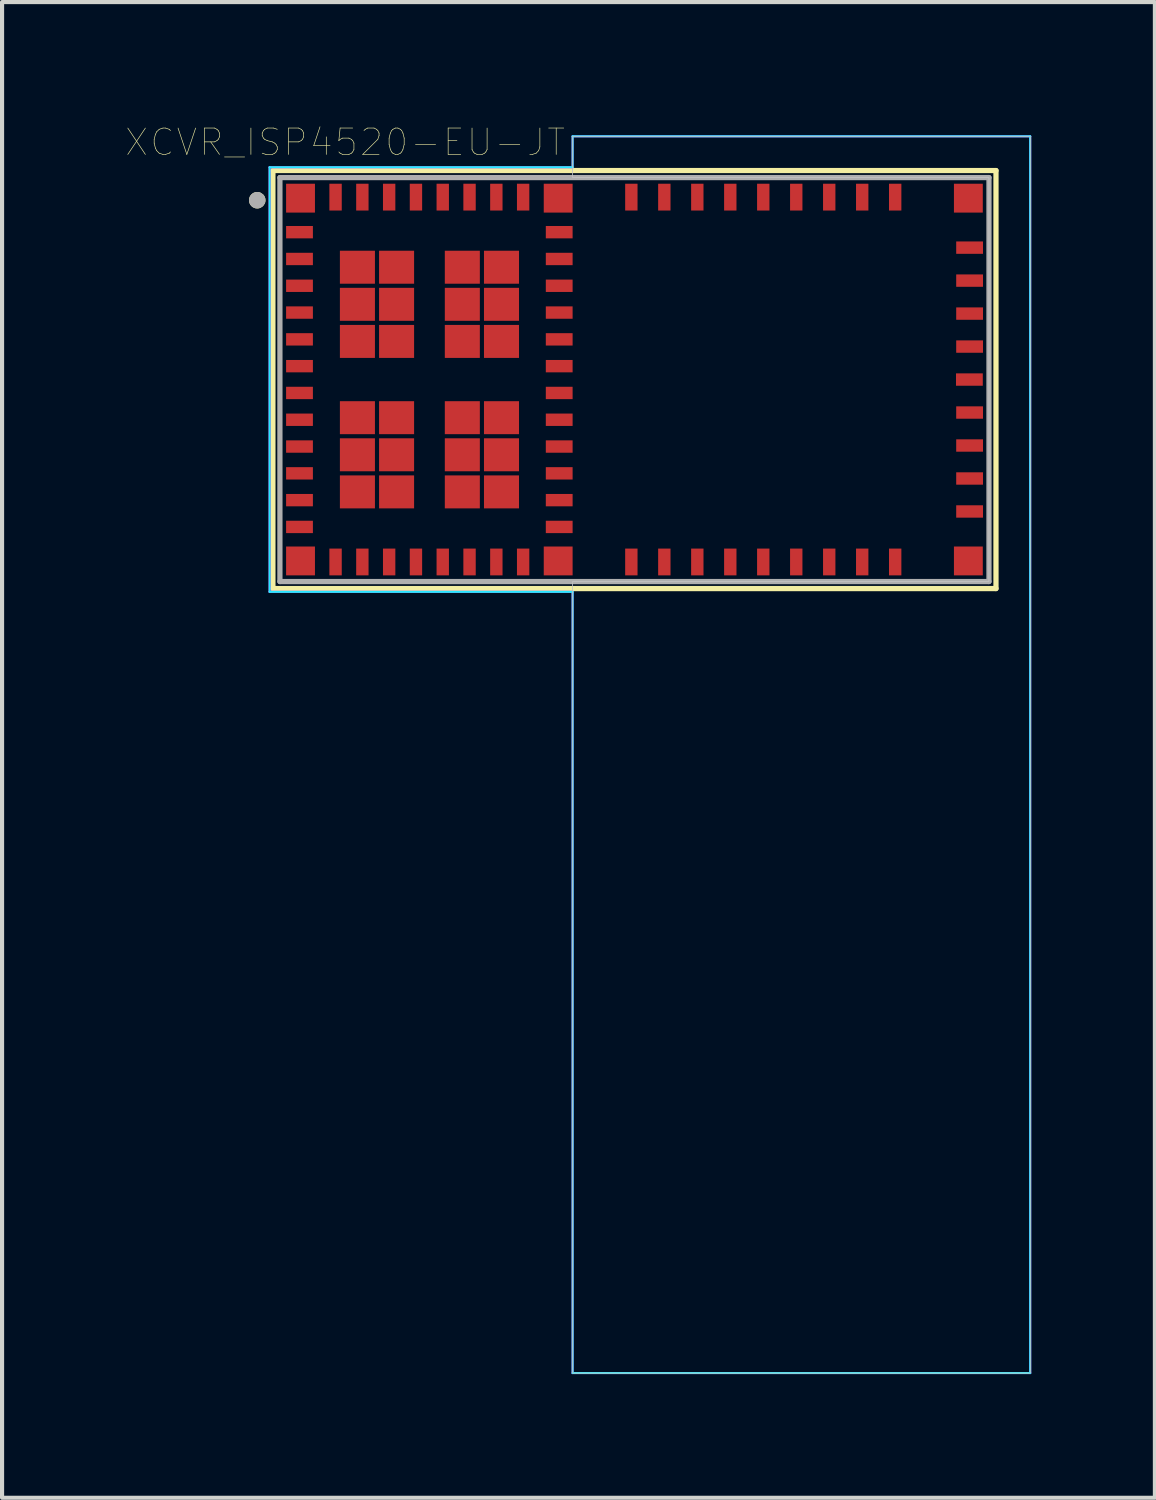
<source format=kicad_pcb>
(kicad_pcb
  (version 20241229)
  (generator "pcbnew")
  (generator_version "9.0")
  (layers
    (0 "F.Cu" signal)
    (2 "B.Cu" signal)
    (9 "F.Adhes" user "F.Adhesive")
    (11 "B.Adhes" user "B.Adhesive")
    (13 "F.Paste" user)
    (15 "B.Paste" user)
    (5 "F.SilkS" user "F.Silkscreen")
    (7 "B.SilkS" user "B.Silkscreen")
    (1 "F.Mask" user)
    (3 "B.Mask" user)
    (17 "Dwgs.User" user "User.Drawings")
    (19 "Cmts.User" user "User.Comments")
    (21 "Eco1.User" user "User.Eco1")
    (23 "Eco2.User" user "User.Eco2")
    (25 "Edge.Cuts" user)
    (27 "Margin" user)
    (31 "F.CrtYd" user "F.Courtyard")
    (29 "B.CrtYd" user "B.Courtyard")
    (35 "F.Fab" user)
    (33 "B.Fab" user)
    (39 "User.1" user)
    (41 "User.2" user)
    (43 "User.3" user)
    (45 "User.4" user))
  (footprint "XCVR_ISP4520-EU-JT"
    (layer "F.Cu")
    (at 12.34 6.157)
    (property "Reference" "XCVR_ISP4520-EU-JT" (at -7.018 -5.756 0) (layer "F.SilkS") (effects (font (size 0.64 0.64) (thickness 0.015))))
    (attr through_hole)
    (fp_line (start -8.77 -5.07) (end 8.77 -5.07) (stroke (width 0.127) (type solid)) (layer "F.SilkS"))
    (fp_line (start -8.77 5.07) (end -8.77 -5.07) (stroke (width 0.127) (type solid)) (layer "F.SilkS"))
    (fp_line (start 8.77 -5.07) (end 8.77 5.07) (stroke (width 0.127) (type solid)) (layer "F.SilkS"))
    (fp_line (start 8.77 5.07) (end -8.77 5.07) (stroke (width 0.127) (type solid)) (layer "F.SilkS"))
    (fp_circle (center -9.15 -4.35) (end -9.05 -4.35) (stroke (width 0.2) (type solid)) (fill no) (layer "F.SilkS"))
    (fp_poly (pts (xy -1.5 -4.9) (xy -1.5 -5.9) (xy 9.6 -5.9) (xy 9.6 24.1) (xy -1.5 24.1) (xy -1.5 4.9) (xy 8.6 4.9) (xy 8.6 -4.9)) (stroke (width 0.01) (type solid)) (fill no) (layer "Dwgs.User"))
    (fp_poly (pts (xy -1.5 -4.9) (xy -1.5 -5.9) (xy 9.6 -5.9) (xy 9.6 24.1) (xy -1.5 24.1) (xy -1.5 4.9) (xy 8.6 4.9) (xy 8.6 -4.9)) (stroke (width 0.01) (type solid)) (fill no) (layer "Dwgs.User"))
    (fp_poly (pts (xy -1.5 -4.9) (xy -1.5 -5.9) (xy 9.6 -5.9) (xy 9.6 24.1) (xy -1.5 24.1) (xy -1.5 4.9) (xy 8.6 4.9) (xy 8.6 -4.9)) (stroke (width 0.01) (type solid)) (fill no) (layer "Dwgs.User"))
    (fp_line (start -8.85 -5.15) (end -1.5 -5.15) (stroke (width 0.05) (type solid)) (layer "B.CrtYd"))
    (fp_line (start -8.85 5.15) (end -8.85 -5.15) (stroke (width 0.05) (type solid)) (layer "B.CrtYd"))
    (fp_line (start -1.5 -5.9) (end 9.6 -5.9) (stroke (width 0.05) (type solid)) (layer "B.CrtYd"))
    (fp_line (start -1.5 -5.15) (end -1.5 -5.9) (stroke (width 0.05) (type solid)) (layer "B.CrtYd"))
    (fp_line (start -1.5 5.15) (end -8.85 5.15) (stroke (width 0.05) (type solid)) (layer "B.CrtYd"))
    (fp_line (start -1.5 24.1) (end -1.5 5.15) (stroke (width 0.05) (type solid)) (layer "B.CrtYd"))
    (fp_line (start 9.6 -5.9) (end 9.6 24.1) (stroke (width 0.05) (type solid)) (layer "B.CrtYd"))
    (fp_line (start 9.6 24.1) (end -1.5 24.1) (stroke (width 0.05) (type solid)) (layer "B.CrtYd"))
    (fp_line (start -8.85 -5.15) (end -1.5 -5.15) (stroke (width 0.05) (type solid)) (layer "F.CrtYd"))
    (fp_line (start -8.85 5.15) (end -8.85 -5.15) (stroke (width 0.05) (type solid)) (layer "F.CrtYd"))
    (fp_line (start -1.5 -5.9) (end 9.6 -5.9) (stroke (width 0.05) (type solid)) (layer "F.CrtYd"))
    (fp_line (start -1.5 -5.15) (end -1.5 -5.9) (stroke (width 0.05) (type solid)) (layer "F.CrtYd"))
    (fp_line (start -1.5 5.15) (end -8.85 5.15) (stroke (width 0.05) (type solid)) (layer "F.CrtYd"))
    (fp_line (start -1.5 24.1) (end -1.5 5.15) (stroke (width 0.05) (type solid)) (layer "F.CrtYd"))
    (fp_line (start 9.6 -5.9) (end 9.6 24.1) (stroke (width 0.05) (type solid)) (layer "F.CrtYd"))
    (fp_line (start 9.6 24.1) (end -1.5 24.1) (stroke (width 0.05) (type solid)) (layer "F.CrtYd"))
    (fp_line (start -8.6 -4.9) (end 8.6 -4.9) (stroke (width 0.127) (type solid)) (layer "F.Fab"))
    (fp_line (start -8.6 4.9) (end -8.6 -4.9) (stroke (width 0.127) (type solid)) (layer "F.Fab"))
    (fp_line (start 8.6 -4.9) (end 8.6 4.9) (stroke (width 0.127) (type solid)) (layer "F.Fab"))
    (fp_line (start 8.6 4.9) (end -8.6 4.9) (stroke (width 0.127) (type solid)) (layer "F.Fab"))
    (fp_circle (center -9.15 -4.35) (end -9.05 -4.35) (stroke (width 0.2) (type solid)) (fill no) (layer "F.Fab"))
    (pad "1" smd rect (at -8.1 -4.4) (size 0.7 0.7) (layers "F.Cu" "F.Mask" "F.Paste"))
    (pad "2" smd rect (at -8.125 -3.575) (size 0.65 0.3) (layers "F.Cu" "F.Mask" "F.Paste"))
    (pad "3" smd rect (at -8.125 -2.925) (size 0.65 0.3) (layers "F.Cu" "F.Mask" "F.Paste"))
    (pad "4" smd rect (at -8.125 -2.275) (size 0.65 0.3) (layers "F.Cu" "F.Mask" "F.Paste"))
    (pad "5" smd rect (at -8.125 -1.625) (size 0.65 0.3) (layers "F.Cu" "F.Mask" "F.Paste"))
    (pad "6" smd rect (at -8.125 -0.975) (size 0.65 0.3) (layers "F.Cu" "F.Mask" "F.Paste"))
    (pad "7" smd rect (at -8.125 -0.325) (size 0.65 0.3) (layers "F.Cu" "F.Mask" "F.Paste"))
    (pad "8" smd rect (at -8.125 0.325) (size 0.65 0.3) (layers "F.Cu" "F.Mask" "F.Paste"))
    (pad "9" smd rect (at -8.125 0.975) (size 0.65 0.3) (layers "F.Cu" "F.Mask" "F.Paste"))
    (pad "10" smd rect (at -8.125 1.625) (size 0.65 0.3) (layers "F.Cu" "F.Mask" "F.Paste"))
    (pad "11" smd rect (at -8.125 2.275) (size 0.65 0.3) (layers "F.Cu" "F.Mask" "F.Paste"))
    (pad "12" smd rect (at -8.125 2.925) (size 0.65 0.3) (layers "F.Cu" "F.Mask" "F.Paste"))
    (pad "13" smd rect (at -8.125 3.575) (size 0.65 0.3) (layers "F.Cu" "F.Mask" "F.Paste"))
    (pad "14" smd rect (at -8.1 4.4) (size 0.7 0.7) (layers "F.Cu" "F.Mask" "F.Paste"))
    (pad "15" smd rect (at -7.25 4.425) (size 0.3 0.65) (layers "F.Cu" "F.Mask" "F.Paste"))
    (pad "16" smd rect (at -6.6 4.425) (size 0.3 0.65) (layers "F.Cu" "F.Mask" "F.Paste"))
    (pad "17" smd rect (at -5.95 4.425) (size 0.3 0.65) (layers "F.Cu" "F.Mask" "F.Paste"))
    (pad "18" smd rect (at -5.3 4.425) (size 0.3 0.65) (layers "F.Cu" "F.Mask" "F.Paste"))
    (pad "19" smd rect (at -4.65 4.425) (size 0.3 0.65) (layers "F.Cu" "F.Mask" "F.Paste"))
    (pad "20" smd rect (at -4 4.425) (size 0.3 0.65) (layers "F.Cu" "F.Mask" "F.Paste"))
    (pad "21" smd rect (at -3.35 4.425) (size 0.3 0.65) (layers "F.Cu" "F.Mask" "F.Paste"))
    (pad "22" smd rect (at -2.7 4.425) (size 0.3 0.65) (layers "F.Cu" "F.Mask" "F.Paste"))
    (pad "23" smd rect (at -1.85 4.4) (size 0.7 0.7) (layers "F.Cu" "F.Mask" "F.Paste"))
    (pad "24" smd rect (at -1.825 3.575) (size 0.65 0.3) (layers "F.Cu" "F.Mask" "F.Paste"))
    (pad "25" smd rect (at -1.825 2.925) (size 0.65 0.3) (layers "F.Cu" "F.Mask" "F.Paste"))
    (pad "26" smd rect (at -1.825 2.275) (size 0.65 0.3) (layers "F.Cu" "F.Mask" "F.Paste"))
    (pad "27" smd rect (at -1.825 1.625) (size 0.65 0.3) (layers "F.Cu" "F.Mask" "F.Paste"))
    (pad "28" smd rect (at -1.825 0.975) (size 0.65 0.3) (layers "F.Cu" "F.Mask" "F.Paste"))
    (pad "29" smd rect (at -1.825 0.325) (size 0.65 0.3) (layers "F.Cu" "F.Mask" "F.Paste"))
    (pad "30" smd rect (at -1.825 -0.325) (size 0.65 0.3) (layers "F.Cu" "F.Mask" "F.Paste"))
    (pad "31" smd rect (at -1.825 -0.975) (size 0.65 0.3) (layers "F.Cu" "F.Mask" "F.Paste"))
    (pad "32" smd rect (at -1.825 -1.625) (size 0.65 0.3) (layers "F.Cu" "F.Mask" "F.Paste"))
    (pad "33" smd rect (at -1.825 -2.275) (size 0.65 0.3) (layers "F.Cu" "F.Mask" "F.Paste"))
    (pad "34" smd rect (at -1.825 -2.925) (size 0.65 0.3) (layers "F.Cu" "F.Mask" "F.Paste"))
    (pad "35" smd rect (at -1.825 -3.575) (size 0.65 0.3) (layers "F.Cu" "F.Mask" "F.Paste"))
    (pad "36" smd rect (at -1.85 -4.4) (size 0.7 0.7) (layers "F.Cu" "F.Mask" "F.Paste"))
    (pad "37" smd rect (at -2.7 -4.425) (size 0.3 0.65) (layers "F.Cu" "F.Mask" "F.Paste"))
    (pad "38" smd rect (at -3.35 -4.425) (size 0.3 0.65) (layers "F.Cu" "F.Mask" "F.Paste"))
    (pad "39" smd rect (at -4 -4.425) (size 0.3 0.65) (layers "F.Cu" "F.Mask" "F.Paste"))
    (pad "40" smd rect (at -4.65 -4.425) (size 0.3 0.65) (layers "F.Cu" "F.Mask" "F.Paste"))
    (pad "41" smd rect (at -5.3 -4.425) (size 0.3 0.65) (layers "F.Cu" "F.Mask" "F.Paste"))
    (pad "42" smd rect (at -5.95 -4.425) (size 0.3 0.65) (layers "F.Cu" "F.Mask" "F.Paste"))
    (pad "43" smd rect (at -6.6 -4.425) (size 0.3 0.65) (layers "F.Cu" "F.Mask" "F.Paste"))
    (pad "44" smd rect (at -7.25 -4.425) (size 0.3 0.65) (layers "F.Cu" "F.Mask" "F.Paste"))
    (pad "45" smd rect (at -0.075 4.425) (size 0.3 0.65) (layers "F.Cu" "F.Mask" "F.Paste"))
    (pad "46" smd rect (at 0.725 4.425) (size 0.3 0.65) (layers "F.Cu" "F.Mask" "F.Paste"))
    (pad "47" smd rect (at 1.525 4.425) (size 0.3 0.65) (layers "F.Cu" "F.Mask" "F.Paste"))
    (pad "48" smd rect (at 2.325 4.425) (size 0.3 0.65) (layers "F.Cu" "F.Mask" "F.Paste"))
    (pad "49" smd rect (at 3.125 4.425) (size 0.3 0.65) (layers "F.Cu" "F.Mask" "F.Paste"))
    (pad "50" smd rect (at 3.925 4.425) (size 0.3 0.65) (layers "F.Cu" "F.Mask" "F.Paste"))
    (pad "51" smd rect (at 4.725 4.425) (size 0.3 0.65) (layers "F.Cu" "F.Mask" "F.Paste"))
    (pad "52" smd rect (at 5.525 4.425) (size 0.3 0.65) (layers "F.Cu" "F.Mask" "F.Paste"))
    (pad "53" smd rect (at 6.325 4.425) (size 0.3 0.65) (layers "F.Cu" "F.Mask" "F.Paste"))
    (pad "54" smd rect (at 8.1 4.4) (size 0.7 0.7) (layers "F.Cu" "F.Mask" "F.Paste"))
    (pad "55" smd rect (at 8.13 3.2) (size 0.65 0.3) (layers "F.Cu" "F.Mask" "F.Paste"))
    (pad "56" smd rect (at 8.13 2.4) (size 0.65 0.3) (layers "F.Cu" "F.Mask" "F.Paste"))
    (pad "57" smd rect (at 8.13 1.6) (size 0.65 0.3) (layers "F.Cu" "F.Mask" "F.Paste"))
    (pad "58" smd rect (at 8.13 0.8) (size 0.65 0.3) (layers "F.Cu" "F.Mask" "F.Paste"))
    (pad "59" smd rect (at 8.125 0) (size 0.65 0.3) (layers "F.Cu" "F.Mask" "F.Paste"))
    (pad "60" smd rect (at 8.13 -0.8) (size 0.65 0.3) (layers "F.Cu" "F.Mask" "F.Paste"))
    (pad "61" smd rect (at 8.13 -1.6) (size 0.65 0.3) (layers "F.Cu" "F.Mask" "F.Paste"))
    (pad "62" smd rect (at 8.13 -2.4) (size 0.65 0.3) (layers "F.Cu" "F.Mask" "F.Paste"))
    (pad "63" smd rect (at 8.13 -3.2) (size 0.65 0.3) (layers "F.Cu" "F.Mask" "F.Paste"))
    (pad "64" smd rect (at 8.1 -4.4) (size 0.7 0.7) (layers "F.Cu" "F.Mask" "F.Paste"))
    (pad "65" smd rect (at 6.325 -4.425) (size 0.3 0.65) (layers "F.Cu" "F.Mask" "F.Paste"))
    (pad "66" smd rect (at 5.525 -4.425) (size 0.3 0.65) (layers "F.Cu" "F.Mask" "F.Paste"))
    (pad "67" smd rect (at 4.725 -4.425) (size 0.3 0.65) (layers "F.Cu" "F.Mask" "F.Paste"))
    (pad "68" smd rect (at 3.925 -4.425) (size 0.3 0.65) (layers "F.Cu" "F.Mask" "F.Paste"))
    (pad "69" smd rect (at 3.125 -4.425) (size 0.3 0.65) (layers "F.Cu" "F.Mask" "F.Paste"))
    (pad "70" smd rect (at 2.325 -4.425) (size 0.3 0.65) (layers "F.Cu" "F.Mask" "F.Paste"))
    (pad "71" smd rect (at 1.525 -4.425) (size 0.3 0.65) (layers "F.Cu" "F.Mask" "F.Paste"))
    (pad "72" smd rect (at 0.725 -4.425) (size 0.3 0.65) (layers "F.Cu" "F.Mask" "F.Paste"))
    (pad "73" smd rect (at -0.075 -4.425) (size 0.3 0.65) (layers "F.Cu" "F.Mask" "F.Paste"))
    (pad "74" smd rect (at -6.72 -2.725) (size 0.85 0.8) (layers "F.Cu" "F.Mask" "F.Paste"))
    (pad "75" smd rect (at -5.77 -2.725) (size 0.85 0.8) (layers "F.Cu" "F.Mask" "F.Paste"))
    (pad "76" smd rect (at -4.175 -2.725) (size 0.85 0.8) (layers "F.Cu" "F.Mask" "F.Paste"))
    (pad "77" smd rect (at -3.225 -2.725) (size 0.85 0.8) (layers "F.Cu" "F.Mask" "F.Paste"))
    (pad "78" smd rect (at -6.72 -1.825) (size 0.85 0.8) (layers "F.Cu" "F.Mask" "F.Paste"))
    (pad "79" smd rect (at -5.77 -1.825) (size 0.85 0.8) (layers "F.Cu" "F.Mask" "F.Paste"))
    (pad "80" smd rect (at -4.175 -1.825) (size 0.85 0.8) (layers "F.Cu" "F.Mask" "F.Paste"))
    (pad "81" smd rect (at -3.225 -1.825) (size 0.85 0.8) (layers "F.Cu" "F.Mask" "F.Paste"))
    (pad "82" smd rect (at -6.72 -0.925) (size 0.85 0.8) (layers "F.Cu" "F.Mask" "F.Paste"))
    (pad "83" smd rect (at -5.77 -0.925) (size 0.85 0.8) (layers "F.Cu" "F.Mask" "F.Paste"))
    (pad "84" smd rect (at -4.175 -0.925) (size 0.85 0.8) (layers "F.Cu" "F.Mask" "F.Paste"))
    (pad "85" smd rect (at -3.225 -0.925) (size 0.85 0.8) (layers "F.Cu" "F.Mask" "F.Paste"))
    (pad "86" smd rect (at -6.72 0.925) (size 0.85 0.8) (layers "F.Cu" "F.Mask" "F.Paste"))
    (pad "87" smd rect (at -5.77 0.925) (size 0.85 0.8) (layers "F.Cu" "F.Mask" "F.Paste"))
    (pad "88" smd rect (at -4.175 0.925) (size 0.85 0.8) (layers "F.Cu" "F.Mask" "F.Paste"))
    (pad "89" smd rect (at -3.225 0.925) (size 0.85 0.8) (layers "F.Cu" "F.Mask" "F.Paste"))
    (pad "90" smd rect (at -6.72 1.825) (size 0.85 0.8) (layers "F.Cu" "F.Mask" "F.Paste"))
    (pad "91" smd rect (at -5.77 1.825) (size 0.85 0.8) (layers "F.Cu" "F.Mask" "F.Paste"))
    (pad "92" smd rect (at -4.175 1.825) (size 0.85 0.8) (layers "F.Cu" "F.Mask" "F.Paste"))
    (pad "93" smd rect (at -3.225 1.825) (size 0.85 0.8) (layers "F.Cu" "F.Mask" "F.Paste"))
    (pad "94" smd rect (at -6.72 2.725) (size 0.85 0.8) (layers "F.Cu" "F.Mask" "F.Paste"))
    (pad "95" smd rect (at -5.77 2.725) (size 0.85 0.8) (layers "F.Cu" "F.Mask" "F.Paste"))
    (pad "96" smd rect (at -4.175 2.725) (size 0.85 0.8) (layers "F.Cu" "F.Mask" "F.Paste"))
    (pad "97" smd rect (at -3.225 2.725) (size 0.85 0.8) (layers "F.Cu" "F.Mask" "F.Paste")))
  (gr_rect
    (start -3 -3)
    (end 24.965 33.282)
    (stroke (width 0.1) (type default))
    (fill no)
    (layer "Edge.Cuts")))
</source>
